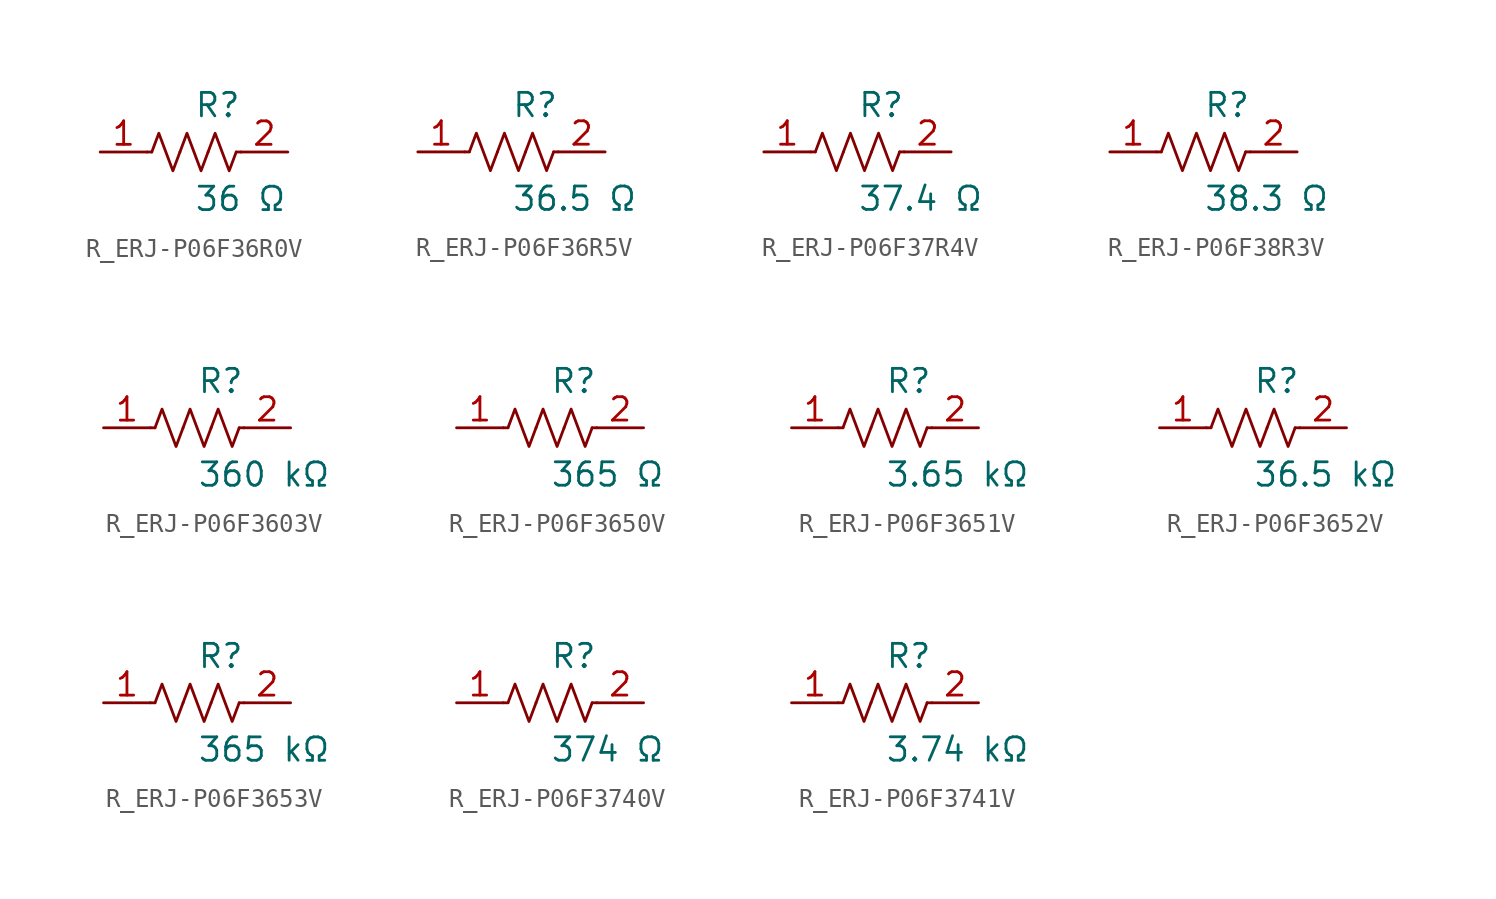
<source format=kicad_sym>
(kicad_symbol_lib
  (version 20231120)
  (generator kicad_symbol_editor)
  (generator_version 8.0)
  (symbol "R_ERJ-P06F36R0V"
    (pin_names
      (offset 0.254))
    (property "Reference" "R"
      (at 0 2.54 0)
      (effects (font (size 1.27 1.27)) (justify left)))
    (property "Value" "36 Ω"
      (at 0 -2.54 0)
      (effects (font (size 1.27 1.27)) (justify left)))
    (symbol "R_ERJ-P06F36R0V_0_1"
      (polyline (pts (xy 2.286 0) (xy 2.54 0)) (stroke (width 0) (type default)) (fill (type none)))
      (polyline (pts (xy -2.286 0) (xy -2.54 0)) (stroke (width 0) (type default)) (fill (type none)))
      (polyline (pts (xy 0.762 0) (xy 1.143 1.016) (xy 1.524 0) (xy 1.905 -1.016) (xy 2.286 0)) (stroke (width 0) (type default)) (fill (type none)))
      (polyline (pts (xy -0.762 0) (xy -0.381 1.016) (xy 0 0) (xy 0.381 -1.016) (xy 0.762 0)) (stroke (width 0) (type default)) (fill (type none)))
      (polyline (pts (xy -2.286 0) (xy -1.905 1.016) (xy -1.524 0) (xy -1.143 -1.016) (xy -0.762 0)) (stroke (width 0) (type default)) (fill (type none))))
    (pin passive line
      (at -5.08 0 0)
      (length 2.54)
      (name "" (effects (font (size 1.27 1.27))))
      (number "1" (effects (font (size 1.27 1.27)))))
    (pin passive line
      (at 5.08 0 180)
      (length 2.54)
      (name "" (effects (font (size 1.27 1.27))))
      (number "2" (effects (font (size 1.27 1.27))))))
  (symbol "R_ERJ-P06F36R5V"
    (pin_names
      (offset 0.254))
    (property "Reference" "R"
      (at 0 2.54 0)
      (effects (font (size 1.27 1.27)) (justify left)))
    (property "Value" "36.5 Ω"
      (at 0 -2.54 0)
      (effects (font (size 1.27 1.27)) (justify left)))
    (symbol "R_ERJ-P06F36R5V_0_1"
      (polyline (pts (xy 2.286 0) (xy 2.54 0)) (stroke (width 0) (type default)) (fill (type none)))
      (polyline (pts (xy -2.286 0) (xy -2.54 0)) (stroke (width 0) (type default)) (fill (type none)))
      (polyline (pts (xy 0.762 0) (xy 1.143 1.016) (xy 1.524 0) (xy 1.905 -1.016) (xy 2.286 0)) (stroke (width 0) (type default)) (fill (type none)))
      (polyline (pts (xy -0.762 0) (xy -0.381 1.016) (xy 0 0) (xy 0.381 -1.016) (xy 0.762 0)) (stroke (width 0) (type default)) (fill (type none)))
      (polyline (pts (xy -2.286 0) (xy -1.905 1.016) (xy -1.524 0) (xy -1.143 -1.016) (xy -0.762 0)) (stroke (width 0) (type default)) (fill (type none))))
    (pin passive line
      (at -5.08 0 0)
      (length 2.54)
      (name "" (effects (font (size 1.27 1.27))))
      (number "1" (effects (font (size 1.27 1.27)))))
    (pin passive line
      (at 5.08 0 180)
      (length 2.54)
      (name "" (effects (font (size 1.27 1.27))))
      (number "2" (effects (font (size 1.27 1.27))))))
  (symbol "R_ERJ-P06F37R4V"
    (pin_names
      (offset 0.254))
    (property "Reference" "R"
      (at 0 2.54 0)
      (effects (font (size 1.27 1.27)) (justify left)))
    (property "Value" "37.4 Ω"
      (at 0 -2.54 0)
      (effects (font (size 1.27 1.27)) (justify left)))
    (symbol "R_ERJ-P06F37R4V_0_1"
      (polyline (pts (xy 2.286 0) (xy 2.54 0)) (stroke (width 0) (type default)) (fill (type none)))
      (polyline (pts (xy -2.286 0) (xy -2.54 0)) (stroke (width 0) (type default)) (fill (type none)))
      (polyline (pts (xy 0.762 0) (xy 1.143 1.016) (xy 1.524 0) (xy 1.905 -1.016) (xy 2.286 0)) (stroke (width 0) (type default)) (fill (type none)))
      (polyline (pts (xy -0.762 0) (xy -0.381 1.016) (xy 0 0) (xy 0.381 -1.016) (xy 0.762 0)) (stroke (width 0) (type default)) (fill (type none)))
      (polyline (pts (xy -2.286 0) (xy -1.905 1.016) (xy -1.524 0) (xy -1.143 -1.016) (xy -0.762 0)) (stroke (width 0) (type default)) (fill (type none))))
    (pin passive line
      (at -5.08 0 0)
      (length 2.54)
      (name "" (effects (font (size 1.27 1.27))))
      (number "1" (effects (font (size 1.27 1.27)))))
    (pin passive line
      (at 5.08 0 180)
      (length 2.54)
      (name "" (effects (font (size 1.27 1.27))))
      (number "2" (effects (font (size 1.27 1.27))))))
  (symbol "R_ERJ-P06F38R3V"
    (pin_names
      (offset 0.254))
    (property "Reference" "R"
      (at 0 2.54 0)
      (effects (font (size 1.27 1.27)) (justify left)))
    (property "Value" "38.3 Ω"
      (at 0 -2.54 0)
      (effects (font (size 1.27 1.27)) (justify left)))
    (symbol "R_ERJ-P06F38R3V_0_1"
      (polyline (pts (xy 2.286 0) (xy 2.54 0)) (stroke (width 0) (type default)) (fill (type none)))
      (polyline (pts (xy -2.286 0) (xy -2.54 0)) (stroke (width 0) (type default)) (fill (type none)))
      (polyline (pts (xy 0.762 0) (xy 1.143 1.016) (xy 1.524 0) (xy 1.905 -1.016) (xy 2.286 0)) (stroke (width 0) (type default)) (fill (type none)))
      (polyline (pts (xy -0.762 0) (xy -0.381 1.016) (xy 0 0) (xy 0.381 -1.016) (xy 0.762 0)) (stroke (width 0) (type default)) (fill (type none)))
      (polyline (pts (xy -2.286 0) (xy -1.905 1.016) (xy -1.524 0) (xy -1.143 -1.016) (xy -0.762 0)) (stroke (width 0) (type default)) (fill (type none))))
    (pin passive line
      (at -5.08 0 0)
      (length 2.54)
      (name "" (effects (font (size 1.27 1.27))))
      (number "1" (effects (font (size 1.27 1.27)))))
    (pin passive line
      (at 5.08 0 180)
      (length 2.54)
      (name "" (effects (font (size 1.27 1.27))))
      (number "2" (effects (font (size 1.27 1.27))))))
  (symbol "R_ERJ-P06F3603V"
    (pin_names
      (offset 0.254))
    (property "Reference" "R"
      (at 0 2.54 0)
      (effects (font (size 1.27 1.27)) (justify left)))
    (property "Value" "360 kΩ"
      (at 0 -2.54 0)
      (effects (font (size 1.27 1.27)) (justify left)))
    (symbol "R_ERJ-P06F3603V_0_1"
      (polyline (pts (xy 2.286 0) (xy 2.54 0)) (stroke (width 0) (type default)) (fill (type none)))
      (polyline (pts (xy -2.286 0) (xy -2.54 0)) (stroke (width 0) (type default)) (fill (type none)))
      (polyline (pts (xy 0.762 0) (xy 1.143 1.016) (xy 1.524 0) (xy 1.905 -1.016) (xy 2.286 0)) (stroke (width 0) (type default)) (fill (type none)))
      (polyline (pts (xy -0.762 0) (xy -0.381 1.016) (xy 0 0) (xy 0.381 -1.016) (xy 0.762 0)) (stroke (width 0) (type default)) (fill (type none)))
      (polyline (pts (xy -2.286 0) (xy -1.905 1.016) (xy -1.524 0) (xy -1.143 -1.016) (xy -0.762 0)) (stroke (width 0) (type default)) (fill (type none))))
    (pin passive line
      (at -5.08 0 0)
      (length 2.54)
      (name "" (effects (font (size 1.27 1.27))))
      (number "1" (effects (font (size 1.27 1.27)))))
    (pin passive line
      (at 5.08 0 180)
      (length 2.54)
      (name "" (effects (font (size 1.27 1.27))))
      (number "2" (effects (font (size 1.27 1.27))))))
  (symbol "R_ERJ-P06F3650V"
    (pin_names
      (offset 0.254))
    (property "Reference" "R"
      (at 0 2.54 0)
      (effects (font (size 1.27 1.27)) (justify left)))
    (property "Value" "365 Ω"
      (at 0 -2.54 0)
      (effects (font (size 1.27 1.27)) (justify left)))
    (symbol "R_ERJ-P06F3650V_0_1"
      (polyline (pts (xy 2.286 0) (xy 2.54 0)) (stroke (width 0) (type default)) (fill (type none)))
      (polyline (pts (xy -2.286 0) (xy -2.54 0)) (stroke (width 0) (type default)) (fill (type none)))
      (polyline (pts (xy 0.762 0) (xy 1.143 1.016) (xy 1.524 0) (xy 1.905 -1.016) (xy 2.286 0)) (stroke (width 0) (type default)) (fill (type none)))
      (polyline (pts (xy -0.762 0) (xy -0.381 1.016) (xy 0 0) (xy 0.381 -1.016) (xy 0.762 0)) (stroke (width 0) (type default)) (fill (type none)))
      (polyline (pts (xy -2.286 0) (xy -1.905 1.016) (xy -1.524 0) (xy -1.143 -1.016) (xy -0.762 0)) (stroke (width 0) (type default)) (fill (type none))))
    (pin passive line
      (at -5.08 0 0)
      (length 2.54)
      (name "" (effects (font (size 1.27 1.27))))
      (number "1" (effects (font (size 1.27 1.27)))))
    (pin passive line
      (at 5.08 0 180)
      (length 2.54)
      (name "" (effects (font (size 1.27 1.27))))
      (number "2" (effects (font (size 1.27 1.27))))))
  (symbol "R_ERJ-P06F3651V"
    (pin_names
      (offset 0.254))
    (property "Reference" "R"
      (at 0 2.54 0)
      (effects (font (size 1.27 1.27)) (justify left)))
    (property "Value" "3.65 kΩ"
      (at 0 -2.54 0)
      (effects (font (size 1.27 1.27)) (justify left)))
    (symbol "R_ERJ-P06F3651V_0_1"
      (polyline (pts (xy 2.286 0) (xy 2.54 0)) (stroke (width 0) (type default)) (fill (type none)))
      (polyline (pts (xy -2.286 0) (xy -2.54 0)) (stroke (width 0) (type default)) (fill (type none)))
      (polyline (pts (xy 0.762 0) (xy 1.143 1.016) (xy 1.524 0) (xy 1.905 -1.016) (xy 2.286 0)) (stroke (width 0) (type default)) (fill (type none)))
      (polyline (pts (xy -0.762 0) (xy -0.381 1.016) (xy 0 0) (xy 0.381 -1.016) (xy 0.762 0)) (stroke (width 0) (type default)) (fill (type none)))
      (polyline (pts (xy -2.286 0) (xy -1.905 1.016) (xy -1.524 0) (xy -1.143 -1.016) (xy -0.762 0)) (stroke (width 0) (type default)) (fill (type none))))
    (pin passive line
      (at -5.08 0 0)
      (length 2.54)
      (name "" (effects (font (size 1.27 1.27))))
      (number "1" (effects (font (size 1.27 1.27)))))
    (pin passive line
      (at 5.08 0 180)
      (length 2.54)
      (name "" (effects (font (size 1.27 1.27))))
      (number "2" (effects (font (size 1.27 1.27))))))
  (symbol "R_ERJ-P06F3652V"
    (pin_names
      (offset 0.254))
    (property "Reference" "R"
      (at 0 2.54 0)
      (effects (font (size 1.27 1.27)) (justify left)))
    (property "Value" "36.5 kΩ"
      (at 0 -2.54 0)
      (effects (font (size 1.27 1.27)) (justify left)))
    (symbol "R_ERJ-P06F3652V_0_1"
      (polyline (pts (xy 2.286 0) (xy 2.54 0)) (stroke (width 0) (type default)) (fill (type none)))
      (polyline (pts (xy -2.286 0) (xy -2.54 0)) (stroke (width 0) (type default)) (fill (type none)))
      (polyline (pts (xy 0.762 0) (xy 1.143 1.016) (xy 1.524 0) (xy 1.905 -1.016) (xy 2.286 0)) (stroke (width 0) (type default)) (fill (type none)))
      (polyline (pts (xy -0.762 0) (xy -0.381 1.016) (xy 0 0) (xy 0.381 -1.016) (xy 0.762 0)) (stroke (width 0) (type default)) (fill (type none)))
      (polyline (pts (xy -2.286 0) (xy -1.905 1.016) (xy -1.524 0) (xy -1.143 -1.016) (xy -0.762 0)) (stroke (width 0) (type default)) (fill (type none))))
    (pin passive line
      (at -5.08 0 0)
      (length 2.54)
      (name "" (effects (font (size 1.27 1.27))))
      (number "1" (effects (font (size 1.27 1.27)))))
    (pin passive line
      (at 5.08 0 180)
      (length 2.54)
      (name "" (effects (font (size 1.27 1.27))))
      (number "2" (effects (font (size 1.27 1.27))))))
  (symbol "R_ERJ-P06F3653V"
    (pin_names
      (offset 0.254))
    (property "Reference" "R"
      (at 0 2.54 0)
      (effects (font (size 1.27 1.27)) (justify left)))
    (property "Value" "365 kΩ"
      (at 0 -2.54 0)
      (effects (font (size 1.27 1.27)) (justify left)))
    (symbol "R_ERJ-P06F3653V_0_1"
      (polyline (pts (xy 2.286 0) (xy 2.54 0)) (stroke (width 0) (type default)) (fill (type none)))
      (polyline (pts (xy -2.286 0) (xy -2.54 0)) (stroke (width 0) (type default)) (fill (type none)))
      (polyline (pts (xy 0.762 0) (xy 1.143 1.016) (xy 1.524 0) (xy 1.905 -1.016) (xy 2.286 0)) (stroke (width 0) (type default)) (fill (type none)))
      (polyline (pts (xy -0.762 0) (xy -0.381 1.016) (xy 0 0) (xy 0.381 -1.016) (xy 0.762 0)) (stroke (width 0) (type default)) (fill (type none)))
      (polyline (pts (xy -2.286 0) (xy -1.905 1.016) (xy -1.524 0) (xy -1.143 -1.016) (xy -0.762 0)) (stroke (width 0) (type default)) (fill (type none))))
    (pin passive line
      (at -5.08 0 0)
      (length 2.54)
      (name "" (effects (font (size 1.27 1.27))))
      (number "1" (effects (font (size 1.27 1.27)))))
    (pin passive line
      (at 5.08 0 180)
      (length 2.54)
      (name "" (effects (font (size 1.27 1.27))))
      (number "2" (effects (font (size 1.27 1.27))))))
  (symbol "R_ERJ-P06F3740V"
    (pin_names
      (offset 0.254))
    (property "Reference" "R"
      (at 0 2.54 0)
      (effects (font (size 1.27 1.27)) (justify left)))
    (property "Value" "374 Ω"
      (at 0 -2.54 0)
      (effects (font (size 1.27 1.27)) (justify left)))
    (symbol "R_ERJ-P06F3740V_0_1"
      (polyline (pts (xy 2.286 0) (xy 2.54 0)) (stroke (width 0) (type default)) (fill (type none)))
      (polyline (pts (xy -2.286 0) (xy -2.54 0)) (stroke (width 0) (type default)) (fill (type none)))
      (polyline (pts (xy 0.762 0) (xy 1.143 1.016) (xy 1.524 0) (xy 1.905 -1.016) (xy 2.286 0)) (stroke (width 0) (type default)) (fill (type none)))
      (polyline (pts (xy -0.762 0) (xy -0.381 1.016) (xy 0 0) (xy 0.381 -1.016) (xy 0.762 0)) (stroke (width 0) (type default)) (fill (type none)))
      (polyline (pts (xy -2.286 0) (xy -1.905 1.016) (xy -1.524 0) (xy -1.143 -1.016) (xy -0.762 0)) (stroke (width 0) (type default)) (fill (type none))))
    (pin passive line
      (at -5.08 0 0)
      (length 2.54)
      (name "" (effects (font (size 1.27 1.27))))
      (number "1" (effects (font (size 1.27 1.27)))))
    (pin passive line
      (at 5.08 0 180)
      (length 2.54)
      (name "" (effects (font (size 1.27 1.27))))
      (number "2" (effects (font (size 1.27 1.27))))))
  (symbol "R_ERJ-P06F3741V"
    (pin_names
      (offset 0.254))
    (property "Reference" "R"
      (at 0 2.54 0)
      (effects (font (size 1.27 1.27)) (justify left)))
    (property "Value" "3.74 kΩ"
      (at 0 -2.54 0)
      (effects (font (size 1.27 1.27)) (justify left)))
    (symbol "R_ERJ-P06F3741V_0_1"
      (polyline (pts (xy 2.286 0) (xy 2.54 0)) (stroke (width 0) (type default)) (fill (type none)))
      (polyline (pts (xy -2.286 0) (xy -2.54 0)) (stroke (width 0) (type default)) (fill (type none)))
      (polyline (pts (xy 0.762 0) (xy 1.143 1.016) (xy 1.524 0) (xy 1.905 -1.016) (xy 2.286 0)) (stroke (width 0) (type default)) (fill (type none)))
      (polyline (pts (xy -0.762 0) (xy -0.381 1.016) (xy 0 0) (xy 0.381 -1.016) (xy 0.762 0)) (stroke (width 0) (type default)) (fill (type none)))
      (polyline (pts (xy -2.286 0) (xy -1.905 1.016) (xy -1.524 0) (xy -1.143 -1.016) (xy -0.762 0)) (stroke (width 0) (type default)) (fill (type none))))
    (pin passive line
      (at -5.08 0 0)
      (length 2.54)
      (name "" (effects (font (size 1.27 1.27))))
      (number "1" (effects (font (size 1.27 1.27)))))
    (pin passive line
      (at 5.08 0 180)
      (length 2.54)
      (name "" (effects (font (size 1.27 1.27))))
      (number "2" (effects (font (size 1.27 1.27)))))))
</source>
